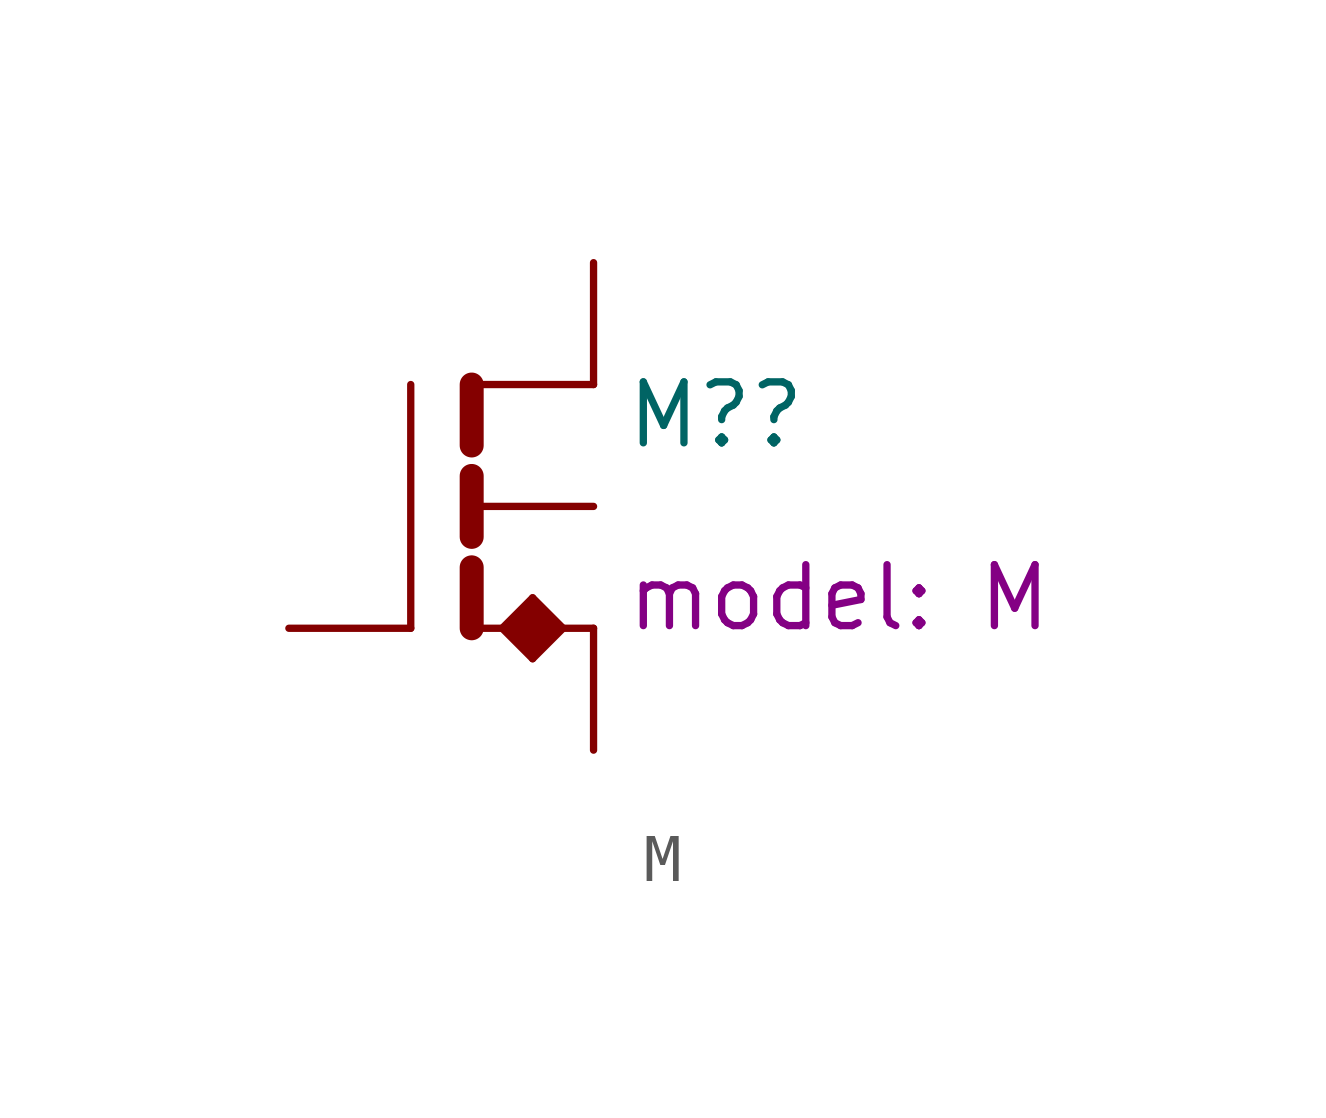
<source format=kicad_sym>
(kicad_symbol_lib
  (version 20241209)
  (generator "kicad_symbol_editor")
  (generator_version "9.0")
  (symbol "M"
    (pin_numbers
      (hide yes))
    (pin_names
      (offset 0)
      (hide yes))
    (property "Reference" "M?"
      (at 0.635 1.905 0)
      (effects (font (size 1.27 1.27)) (justify left)))
    (property "model" "M"
      (at 0.635 -1.905 0)
      (show_name)
      (effects (font (size 1.27 1.27)) (justify left)))
    (symbol "M_0_1"
      (polyline (pts (xy -3.81 -2.54) (xy -3.81 2.54)) (stroke (width 0) (type default)) (fill (type none)))
      (polyline (pts (xy -1.905 -2.54) (xy -1.27 -1.905) (xy -1.27 -3.175) (xy -1.905 -2.54)) (stroke (width 0) (type solid)) (fill (type outline)))
      (polyline (pts (xy -0.635 -2.54) (xy -1.27 -1.905) (xy -1.27 -3.175) (xy -0.635 -2.54)) (stroke (width 0) (type solid)) (fill (type outline))))
    (symbol "M_1_0"
      (pin unspecified line (at -6.35 -2.54 0) (length 2.54) (name "G" (effects (font (size 1.27 1.27)))) (number "2" (effects (font (size 1.27 1.27)))))
      (pin unspecified line (at 0 5.08 270) (length 2.54) (name "D" (effects (font (size 1.27 1.27)))) (number "1" (effects (font (size 1.27 1.27)))))
      (pin unspecified line (at 0 0 180) (length 2.54) (name "B" (effects (font (size 1.27 1.27)))) (number "4" (effects (font (size 1.27 1.27)))))
      (pin unspecified line (at 0 -5.08 90) (length 2.54) (name "S" (effects (font (size 1.27 1.27)))) (number "3" (effects (font (size 1.27 1.27))))))
    (symbol "M_1_1"
      (polyline (pts (xy -2.54 1.27) (xy -2.54 2.54)) (stroke (width 0.5) (type solid)) (fill (type none)))
      (polyline (pts (xy -2.54 -0.635) (xy -2.54 0.635)) (stroke (width 0.5) (type solid)) (fill (type none)))
      (polyline (pts (xy -2.54 -2.54) (xy -2.54 -1.27)) (stroke (width 0.5) (type solid)) (fill (type none)))
      (polyline (pts (xy 0 2.54) (xy -2.54 2.54)) (stroke (width 0) (type default)) (fill (type none)))
      (polyline (pts (xy 0 -2.54) (xy -2.54 -2.54)) (stroke (width 0) (type default)) (fill (type none))))))
</source>
